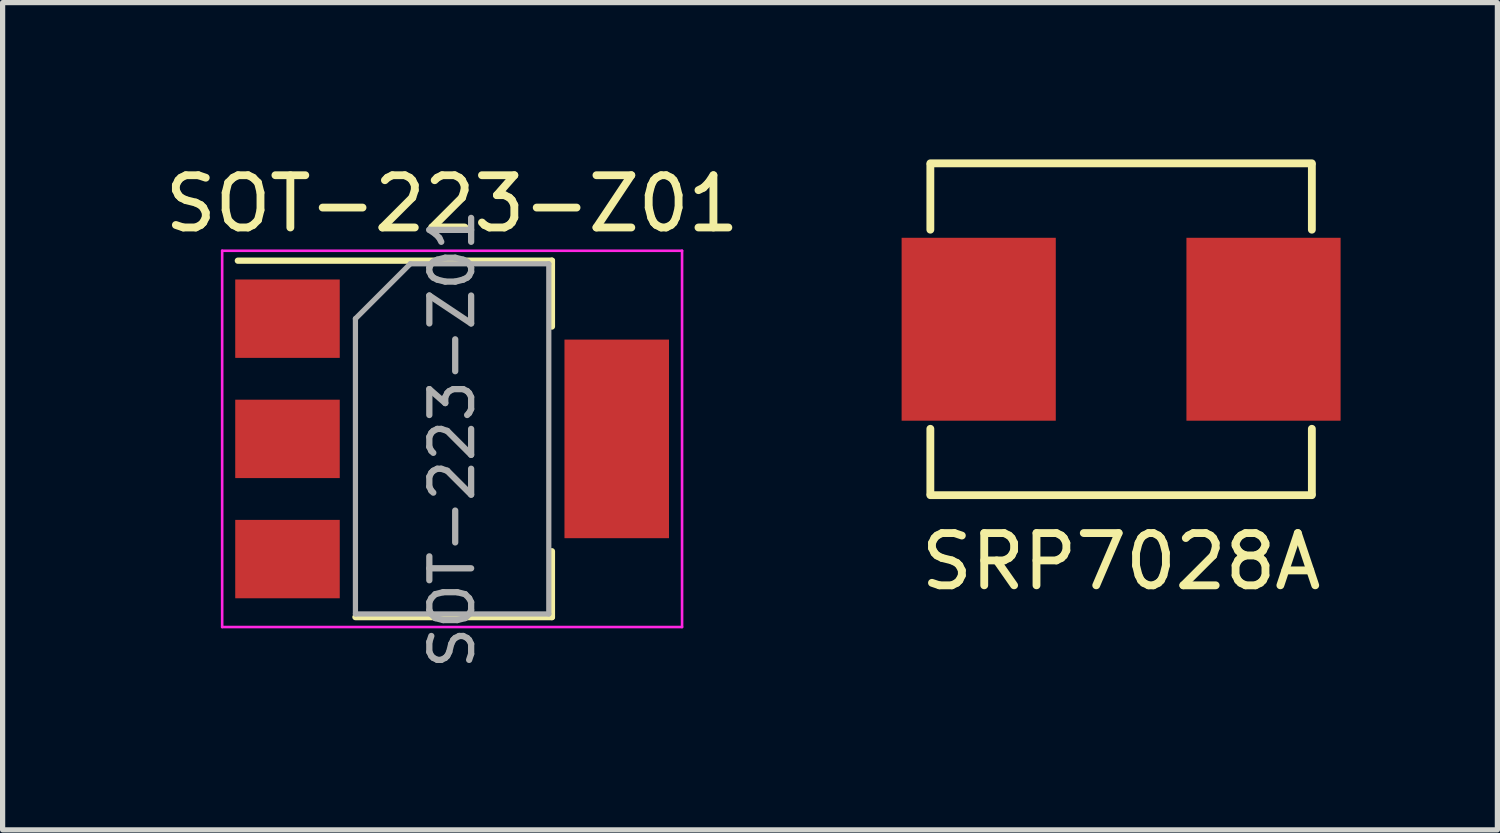
<source format=kicad_pcb>
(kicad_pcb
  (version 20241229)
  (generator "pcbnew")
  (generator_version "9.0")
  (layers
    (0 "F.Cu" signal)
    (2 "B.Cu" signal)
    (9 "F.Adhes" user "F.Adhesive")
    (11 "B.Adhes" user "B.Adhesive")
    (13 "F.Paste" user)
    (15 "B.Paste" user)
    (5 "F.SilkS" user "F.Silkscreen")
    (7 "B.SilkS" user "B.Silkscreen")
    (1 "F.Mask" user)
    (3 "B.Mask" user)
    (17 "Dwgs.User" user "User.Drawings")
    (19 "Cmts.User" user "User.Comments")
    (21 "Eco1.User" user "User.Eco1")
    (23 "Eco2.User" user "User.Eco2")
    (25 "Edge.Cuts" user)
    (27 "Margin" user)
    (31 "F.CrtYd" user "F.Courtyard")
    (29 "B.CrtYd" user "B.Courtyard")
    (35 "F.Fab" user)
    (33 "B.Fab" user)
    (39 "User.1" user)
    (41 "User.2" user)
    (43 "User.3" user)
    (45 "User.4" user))
  (footprint "SOT-223-Z01"
    (layer "F.Cu")
    (at 5.601 5.348)
    (property "Reference" "SOT-223-Z01" (at 0 -4.5 0) (layer "F.SilkS") (effects (font (size 1 1) (thickness 0.15))))
    (attr smd)
    (fp_line (start -4.1 -3.41) (end 1.91 -3.41) (stroke (width 0.12) (type solid)) (layer "F.SilkS"))
    (fp_line (start -1.85 3.41) (end 1.91 3.41) (stroke (width 0.12) (type solid)) (layer "F.SilkS"))
    (fp_line (start 1.91 -3.41) (end 1.91 -2.15) (stroke (width 0.12) (type solid)) (layer "F.SilkS"))
    (fp_line (start 1.91 3.41) (end 1.91 2.15) (stroke (width 0.12) (type solid)) (layer "F.SilkS"))
    (fp_line (start -4.4 -3.6) (end -4.4 3.6) (stroke (width 0.05) (type solid)) (layer "F.CrtYd"))
    (fp_line (start -4.4 3.6) (end 4.4 3.6) (stroke (width 0.05) (type solid)) (layer "F.CrtYd"))
    (fp_line (start 4.4 -3.6) (end -4.4 -3.6) (stroke (width 0.05) (type solid)) (layer "F.CrtYd"))
    (fp_line (start 4.4 3.6) (end 4.4 -3.6) (stroke (width 0.05) (type solid)) (layer "F.CrtYd"))
    (fp_line (start -1.85 -2.3) (end -1.85 3.35) (stroke (width 0.1) (type solid)) (layer "F.Fab"))
    (fp_line (start -1.85 -2.3) (end -0.8 -3.35) (stroke (width 0.1) (type solid)) (layer "F.Fab"))
    (fp_line (start -1.85 3.35) (end 1.85 3.35) (stroke (width 0.1) (type solid)) (layer "F.Fab"))
    (fp_line (start -0.8 -3.35) (end 1.85 -3.35) (stroke (width 0.1) (type solid)) (layer "F.Fab"))
    (fp_line (start 1.85 -3.35) (end 1.85 3.35) (stroke (width 0.1) (type solid)) (layer "F.Fab"))
    (fp_text user "${REFERENCE}" (at 0 0 90) (layer "F.Fab") (effects (font (size 0.8 0.8) (thickness 0.12))))
    (pad "1" smd rect (at -3.15 -2.3) (size 2 1.5) (layers "F.Cu" "F.Mask" "F.Paste"))
    (pad "2" smd rect (at -3.15 0) (size 2 1.5) (layers "F.Cu" "F.Mask" "F.Paste"))
    (pad "2" smd rect (at 3.15 0) (size 2 3.8) (layers "F.Cu" "F.Mask" "F.Paste"))
    (pad "3" smd rect (at -3.15 2.3) (size 2 1.5) (layers "F.Cu" "F.Mask" "F.Paste")))
  (footprint "SRP7028A"
    (layer "F.Cu")
    (at 18.402 3.25)
    (property "Reference" "SRP7028A" (at 0 4.445 0) (layer "F.SilkS") (effects (font (size 1 1) (thickness 0.15))))
    (attr through_hole)
    (fp_line (start -3.65 -3.175) (end 3.65 -3.175) (stroke (width 0.15) (type solid)) (layer "F.SilkS"))
    (fp_line (start -3.65 -3.15) (end -3.65 -1.905) (stroke (width 0.15) (type solid)) (layer "F.SilkS"))
    (fp_line (start -3.65 3.15) (end -3.65 1.905) (stroke (width 0.15) (type solid)) (layer "F.SilkS"))
    (fp_line (start 3.65 -3.15) (end 3.65 -1.905) (stroke (width 0.15) (type solid)) (layer "F.SilkS"))
    (fp_line (start 3.65 1.905) (end 3.65 3.15) (stroke (width 0.15) (type solid)) (layer "F.SilkS"))
    (fp_line (start 3.65 3.175) (end -3.65 3.175) (stroke (width 0.15) (type solid)) (layer "F.SilkS"))
    (pad "1" smd rect (at -2.725 0) (size 2.95 3.5) (layers "F.Cu" "F.Mask" "F.Paste"))
    (pad "2" smd rect (at 2.725 0) (size 2.95 3.5) (layers "F.Cu" "F.Mask" "F.Paste")))
  (gr_rect
    (start -3 -3)
    (end 25.602 12.829)
    (stroke (width 0.1) (type default))
    (fill no)
    (layer "Edge.Cuts")))
</source>
